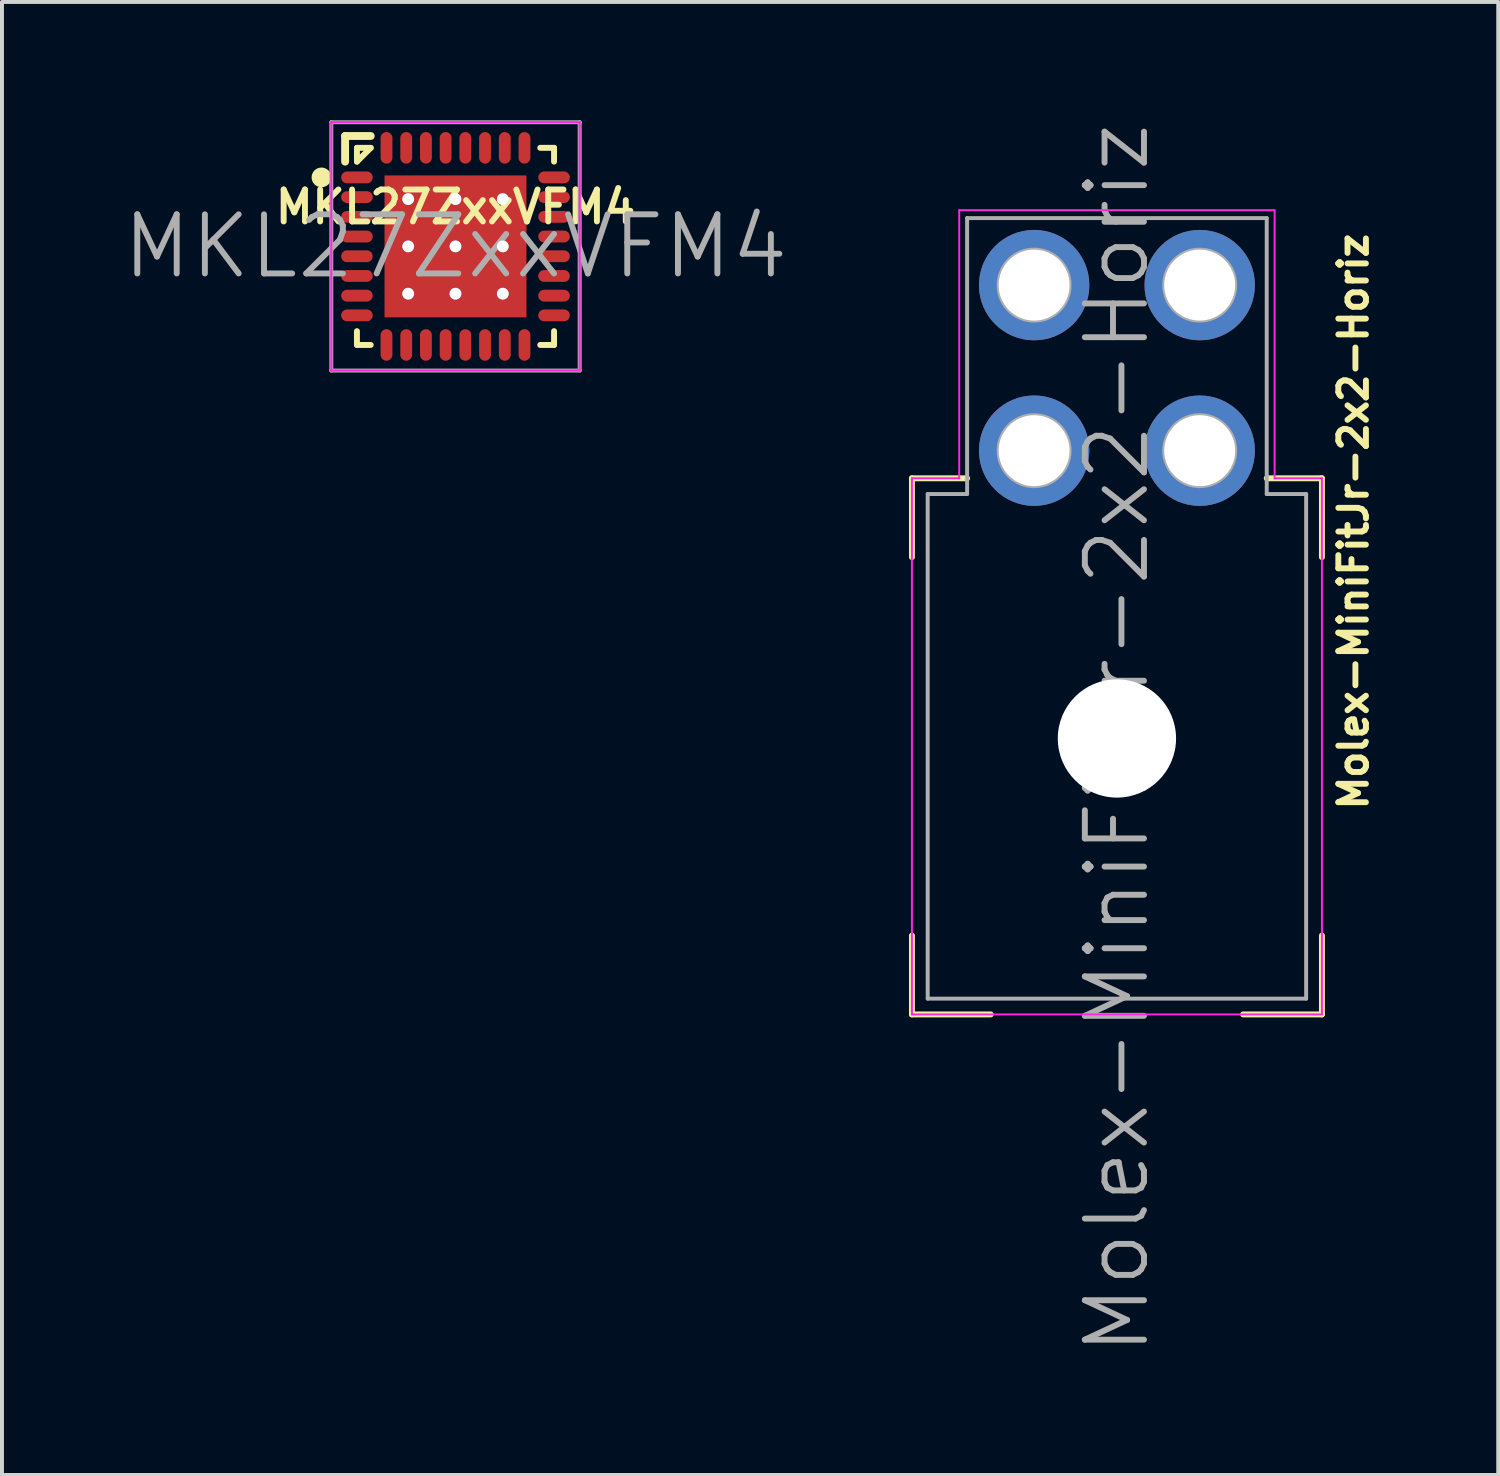
<source format=kicad_pcb>
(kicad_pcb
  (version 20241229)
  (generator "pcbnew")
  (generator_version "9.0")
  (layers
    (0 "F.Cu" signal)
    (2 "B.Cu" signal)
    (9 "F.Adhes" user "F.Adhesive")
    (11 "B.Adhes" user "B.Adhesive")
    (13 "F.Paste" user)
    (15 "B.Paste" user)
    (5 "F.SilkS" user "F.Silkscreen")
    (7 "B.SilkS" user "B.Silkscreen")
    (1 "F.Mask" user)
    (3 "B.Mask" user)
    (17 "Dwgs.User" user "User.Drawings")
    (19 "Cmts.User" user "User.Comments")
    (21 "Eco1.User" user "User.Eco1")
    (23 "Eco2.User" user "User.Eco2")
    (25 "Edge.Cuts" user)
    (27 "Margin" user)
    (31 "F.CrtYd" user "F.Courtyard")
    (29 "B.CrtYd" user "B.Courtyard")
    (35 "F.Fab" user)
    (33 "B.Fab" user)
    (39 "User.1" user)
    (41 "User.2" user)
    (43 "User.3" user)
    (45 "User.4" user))
  (footprint "MKL27ZxxVFM4"
    (layer "F.Cu")
    (at 8.504 3.2)
    (property "Reference" "MKL27ZxxVFM4" (at 0 -1 0) (layer "F.SilkS") (effects (font (size 0.81 0.81) (thickness 0.15))))
    (attr through_hole)
    (fp_line (start -2.8 -2.15) (end -2.8 -2.8) (stroke (width 0.2) (type solid)) (layer "F.SilkS"))
    (fp_line (start -2.5 -2.15) (end -2.5 -2.5) (stroke (width 0.15) (type solid)) (layer "F.SilkS"))
    (fp_line (start -2.5 -2.15) (end -2.15 -2.5) (stroke (width 0.15) (type solid)) (layer "F.SilkS"))
    (fp_line (start -2.5 2.15) (end -2.5 2.5) (stroke (width 0.15) (type solid)) (layer "F.SilkS"))
    (fp_line (start -2.15 -2.8) (end -2.8 -2.8) (stroke (width 0.2) (type solid)) (layer "F.SilkS"))
    (fp_line (start -2.15 -2.5) (end -2.5 -2.5) (stroke (width 0.15) (type solid)) (layer "F.SilkS"))
    (fp_line (start -2.15 2.5) (end -2.5 2.5) (stroke (width 0.15) (type solid)) (layer "F.SilkS"))
    (fp_line (start 2.15 -2.5) (end 2.5 -2.5) (stroke (width 0.15) (type solid)) (layer "F.SilkS"))
    (fp_line (start 2.15 2.5) (end 2.5 2.5) (stroke (width 0.15) (type solid)) (layer "F.SilkS"))
    (fp_line (start 2.5 -2.15) (end 2.5 -2.5) (stroke (width 0.15) (type solid)) (layer "F.SilkS"))
    (fp_line (start 2.5 2.15) (end 2.5 2.5) (stroke (width 0.15) (type solid)) (layer "F.SilkS"))
    (fp_circle (center -3.4 -1.75) (end -3.275 -1.75) (stroke (width 0.25) (type solid)) (fill no) (layer "F.SilkS"))
    (fp_line (start -3.15 -3.15) (end -3.15 3.15) (stroke (width 0.05) (type solid)) (layer "F.CrtYd"))
    (fp_line (start -3.15 3.15) (end 3.15 3.15) (stroke (width 0.05) (type solid)) (layer "F.CrtYd"))
    (fp_line (start 3.15 -3.15) (end -3.15 -3.15) (stroke (width 0.05) (type solid)) (layer "F.CrtYd"))
    (fp_line (start 3.15 3.15) (end 3.15 -3.15) (stroke (width 0.05) (type solid)) (layer "F.CrtYd"))
    (fp_line (start -3.15 -3.15) (end -3.15 3.15) (stroke (width 0.1) (type solid)) (layer "F.Fab"))
    (fp_line (start -3.15 3.15) (end 3.15 3.15) (stroke (width 0.1) (type solid)) (layer "F.Fab"))
    (fp_line (start 3.15 -3.15) (end -3.15 -3.15) (stroke (width 0.1) (type solid)) (layer "F.Fab"))
    (fp_line (start 3.15 3.15) (end 3.15 -3.15) (stroke (width 0.1) (type solid)) (layer "F.Fab"))
    (fp_text user "${REFERENCE}" (at 0 0 0) (layer "F.Fab") (effects (font (size 1.5 1.5) (thickness 0.15))))
    (pad "1" smd oval (at -2.5 -1.75) (size 0.8 0.3) (layers "F.Cu" "F.Mask" "F.Paste"))
    (pad "2" smd oval (at -2.5 -1.25) (size 0.8 0.3) (layers "F.Cu" "F.Mask" "F.Paste"))
    (pad "3" smd oval (at -2.5 -0.75) (size 0.8 0.3) (layers "F.Cu" "F.Mask" "F.Paste"))
    (pad "4" smd oval (at -2.5 -0.25) (size 0.8 0.3) (layers "F.Cu" "F.Mask" "F.Paste"))
    (pad "5" smd oval (at -2.5 0.25) (size 0.8 0.3) (layers "F.Cu" "F.Mask" "F.Paste"))
    (pad "6" smd oval (at -2.5 0.75) (size 0.8 0.3) (layers "F.Cu" "F.Mask" "F.Paste"))
    (pad "7" smd oval (at -2.5 1.25) (size 0.8 0.3) (layers "F.Cu" "F.Mask" "F.Paste"))
    (pad "8" smd oval (at -2.5 1.75) (size 0.8 0.3) (layers "F.Cu" "F.Mask" "F.Paste"))
    (pad "9" smd oval (at -1.75 2.5 90) (size 0.8 0.3) (layers "F.Cu" "F.Mask" "F.Paste"))
    (pad "10" smd oval (at -1.25 2.5 90) (size 0.8 0.3) (layers "F.Cu" "F.Mask" "F.Paste"))
    (pad "11" smd oval (at -0.75 2.5 90) (size 0.8 0.3) (layers "F.Cu" "F.Mask" "F.Paste"))
    (pad "12" smd oval (at -0.25 2.5 90) (size 0.8 0.3) (layers "F.Cu" "F.Mask" "F.Paste"))
    (pad "13" smd oval (at 0.25 2.5 90) (size 0.8 0.3) (layers "F.Cu" "F.Mask" "F.Paste"))
    (pad "14" smd oval (at 0.75 2.5 90) (size 0.8 0.3) (layers "F.Cu" "F.Mask" "F.Paste"))
    (pad "15" smd oval (at 1.25 2.5 90) (size 0.8 0.3) (layers "F.Cu" "F.Mask" "F.Paste"))
    (pad "16" smd oval (at 1.75 2.5 90) (size 0.8 0.3) (layers "F.Cu" "F.Mask" "F.Paste"))
    (pad "17" smd oval (at 2.5 1.75) (size 0.8 0.3) (layers "F.Cu" "F.Mask" "F.Paste"))
    (pad "18" smd oval (at 2.5 1.25) (size 0.8 0.3) (layers "F.Cu" "F.Mask" "F.Paste"))
    (pad "19" smd oval (at 2.5 0.75) (size 0.8 0.3) (layers "F.Cu" "F.Mask" "F.Paste"))
    (pad "20" smd oval (at 2.5 0.25) (size 0.8 0.3) (layers "F.Cu" "F.Mask" "F.Paste"))
    (pad "21" smd oval (at 2.5 -0.25) (size 0.8 0.3) (layers "F.Cu" "F.Mask" "F.Paste"))
    (pad "22" smd oval (at 2.5 -0.75) (size 0.8 0.3) (layers "F.Cu" "F.Mask" "F.Paste"))
    (pad "23" smd oval (at 2.5 -1.25) (size 0.8 0.3) (layers "F.Cu" "F.Mask" "F.Paste"))
    (pad "24" smd oval (at 2.5 -1.75) (size 0.8 0.3) (layers "F.Cu" "F.Mask" "F.Paste"))
    (pad "25" smd oval (at 1.75 -2.5 90) (size 0.8 0.3) (layers "F.Cu" "F.Mask" "F.Paste"))
    (pad "26" smd oval (at 1.25 -2.5 90) (size 0.8 0.3) (layers "F.Cu" "F.Mask" "F.Paste"))
    (pad "27" smd oval (at 0.75 -2.5 90) (size 0.8 0.3) (layers "F.Cu" "F.Mask" "F.Paste"))
    (pad "28" smd oval (at 0.25 -2.5 90) (size 0.8 0.3) (layers "F.Cu" "F.Mask" "F.Paste"))
    (pad "29" smd oval (at -0.25 -2.5 90) (size 0.8 0.3) (layers "F.Cu" "F.Mask" "F.Paste"))
    (pad "30" smd oval (at -0.75 -2.5 90) (size 0.8 0.3) (layers "F.Cu" "F.Mask" "F.Paste"))
    (pad "31" smd oval (at -1.25 -2.5 90) (size 0.8 0.3) (layers "F.Cu" "F.Mask" "F.Paste"))
    (pad "32" smd oval (at -1.75 -2.5 90) (size 0.8 0.3) (layers "F.Cu" "F.Mask" "F.Paste"))
    (pad "FLAG" thru_hole circle (at -1.2 -1.2) (size 0.3 0.3) (drill 0.3) (layers "*.Cu"))
    (pad "FLAG" thru_hole circle (at -1.2 0) (size 0.3 0.3) (drill 0.3) (layers "*.Cu"))
    (pad "FLAG" thru_hole circle (at -1.2 1.2) (size 0.3 0.3) (drill 0.3) (layers "*.Cu"))
    (pad "FLAG" smd rect (at -0.786 -0.786) (size 1.273 1.273) (layers "F.Cu" "F.Paste"))
    (pad "FLAG" smd rect (at -0.786 0.786) (size 1.273 1.273) (layers "F.Cu" "F.Paste"))
    (pad "FLAG" thru_hole circle (at 0 -1.2) (size 0.3 0.3) (drill 0.3) (layers "*.Cu"))
    (pad "FLAG" thru_hole circle (at 0 0) (size 0.3 0.3) (drill 0.3) (layers "*.Cu"))
    (pad "FLAG" smd rect (at 0 0) (size 3.6 3.6) (layers "F.Cu" "F.Mask"))
    (pad "FLAG" thru_hole circle (at 0 1.2) (size 0.3 0.3) (drill 0.3) (layers "*.Cu"))
    (pad "FLAG" smd rect (at 0.786 -0.786) (size 1.273 1.273) (layers "F.Cu" "F.Paste"))
    (pad "FLAG" smd rect (at 0.786 0.786) (size 1.273 1.273) (layers "F.Cu" "F.Paste"))
    (pad "FLAG" thru_hole circle (at 1.2 -1.2) (size 0.3 0.3) (drill 0.3) (layers "*.Cu"))
    (pad "FLAG" thru_hole circle (at 1.2 0) (size 0.3 0.3) (drill 0.3) (layers "*.Cu"))
    (pad "FLAG" thru_hole circle (at 1.2 1.2) (size 0.3 0.3) (drill 0.3) (layers "*.Cu")))
  (footprint "Molex-MiniFitJr-2x2-Horiz"
    (layer "F.Cu")
    (at 25.282 15.682)
    (property "Reference" "Molex-MiniFitJr-2x2-Horiz" (at 6 -5.5 90) (layer "F.SilkS") (effects (font (size 0.7 0.7) (thickness 0.15))))
    (attr through_hole)
    (fp_line (start -5.2 -6.6) (end -5.2 -4.6) (stroke (width 0.15) (type solid)) (layer "F.SilkS"))
    (fp_line (start -5.2 -6.6) (end -3.8 -6.6) (stroke (width 0.15) (type solid)) (layer "F.SilkS"))
    (fp_line (start -5.2 7) (end -5.2 5) (stroke (width 0.15) (type solid)) (layer "F.SilkS"))
    (fp_line (start -5.2 7) (end -3.2 7) (stroke (width 0.15) (type solid)) (layer "F.SilkS"))
    (fp_line (start 5.2 -6.6) (end 3.8 -6.6) (stroke (width 0.15) (type solid)) (layer "F.SilkS"))
    (fp_line (start 5.2 -6.6) (end 5.2 -4.6) (stroke (width 0.15) (type solid)) (layer "F.SilkS"))
    (fp_line (start 5.2 7) (end 3.2 7) (stroke (width 0.15) (type solid)) (layer "F.SilkS"))
    (fp_line (start 5.2 7) (end 5.2 5) (stroke (width 0.15) (type solid)) (layer "F.SilkS"))
    (fp_line (start -5.2 -6.6) (end -4 -6.6) (stroke (width 0.05) (type solid)) (layer "F.CrtYd"))
    (fp_line (start -5.2 7) (end -5.2 -6.6) (stroke (width 0.05) (type solid)) (layer "F.CrtYd"))
    (fp_line (start -4 -13.4) (end 4 -13.4) (stroke (width 0.05) (type solid)) (layer "F.CrtYd"))
    (fp_line (start -4 -6.6) (end -4 -13.4) (stroke (width 0.05) (type solid)) (layer "F.CrtYd"))
    (fp_line (start 4 -13.4) (end 4 -6.6) (stroke (width 0.05) (type solid)) (layer "F.CrtYd"))
    (fp_line (start 4 -6.6) (end 5.2 -6.6) (stroke (width 0.05) (type solid)) (layer "F.CrtYd"))
    (fp_line (start 5.2 -6.6) (end 5.2 7) (stroke (width 0.05) (type solid)) (layer "F.CrtYd"))
    (fp_line (start 5.2 7) (end -5.2 7) (stroke (width 0.05) (type solid)) (layer "F.CrtYd"))
    (fp_line (start -4.8 -6.2) (end -4.8 6.6) (stroke (width 0.1) (type solid)) (layer "F.Fab"))
    (fp_line (start -4.8 6.6) (end 4.8 6.6) (stroke (width 0.1) (type solid)) (layer "F.Fab"))
    (fp_line (start -3.8 -13.2) (end -3.8 -6.2) (stroke (width 0.1) (type solid)) (layer "F.Fab"))
    (fp_line (start -3.8 -6.2) (end -4.8 -6.2) (stroke (width 0.1) (type solid)) (layer "F.Fab"))
    (fp_line (start 3.8 -13.2) (end -3.8 -13.2) (stroke (width 0.1) (type solid)) (layer "F.Fab"))
    (fp_line (start 3.8 -6.2) (end 3.8 -13.2) (stroke (width 0.1) (type solid)) (layer "F.Fab"))
    (fp_line (start 4.8 -6.2) (end 3.8 -6.2) (stroke (width 0.1) (type solid)) (layer "F.Fab"))
    (fp_line (start 4.8 6.6) (end 4.8 -6.2) (stroke (width 0.1) (type solid)) (layer "F.Fab"))
    (fp_circle (center -2.1 -11.5) (end -1.2 -11.5) (stroke (width 0.1) (type solid)) (fill no) (layer "F.Fab"))
    (fp_circle (center -2.1 -7.3) (end -1.2 -7.3) (stroke (width 0.1) (type solid)) (fill no) (layer "F.Fab"))
    (fp_circle (center 2.1 -11.5) (end 3 -11.5) (stroke (width 0.1) (type solid)) (fill no) (layer "F.Fab"))
    (fp_circle (center 2.1 -7.3) (end 3 -7.3) (stroke (width 0.1) (type solid)) (fill no) (layer "F.Fab"))
    (fp_text user "${REFERENCE}" (at 0 0 90) (layer "F.Fab") (effects (font (size 1.5 1.5) (thickness 0.15))))
    (pad "" np_thru_hole circle (at 0 0) (size 3 3) (drill 3) (layers "*.Cu" "*.Mask"))
    (pad "1" thru_hole circle (at 2.1 -7.3) (size 2.8 2.8) (drill 1.8) (layers "*.Cu" "*.Mask"))
    (pad "2" thru_hole circle (at -2.1 -7.3) (size 2.8 2.8) (drill 1.8) (layers "*.Cu" "*.Mask"))
    (pad "3" thru_hole circle (at 2.1 -11.5) (size 2.8 2.8) (drill 1.8) (layers "*.Cu" "*.Mask"))
    (pad "4" thru_hole circle (at -2.1 -11.5) (size 2.8 2.8) (drill 1.8) (layers "*.Cu" "*.Mask")))
  (gr_rect
    (start -3 -3)
    (end 34.955 34.364)
    (stroke (width 0.1) (type default))
    (fill no)
    (layer "Edge.Cuts")))
</source>
